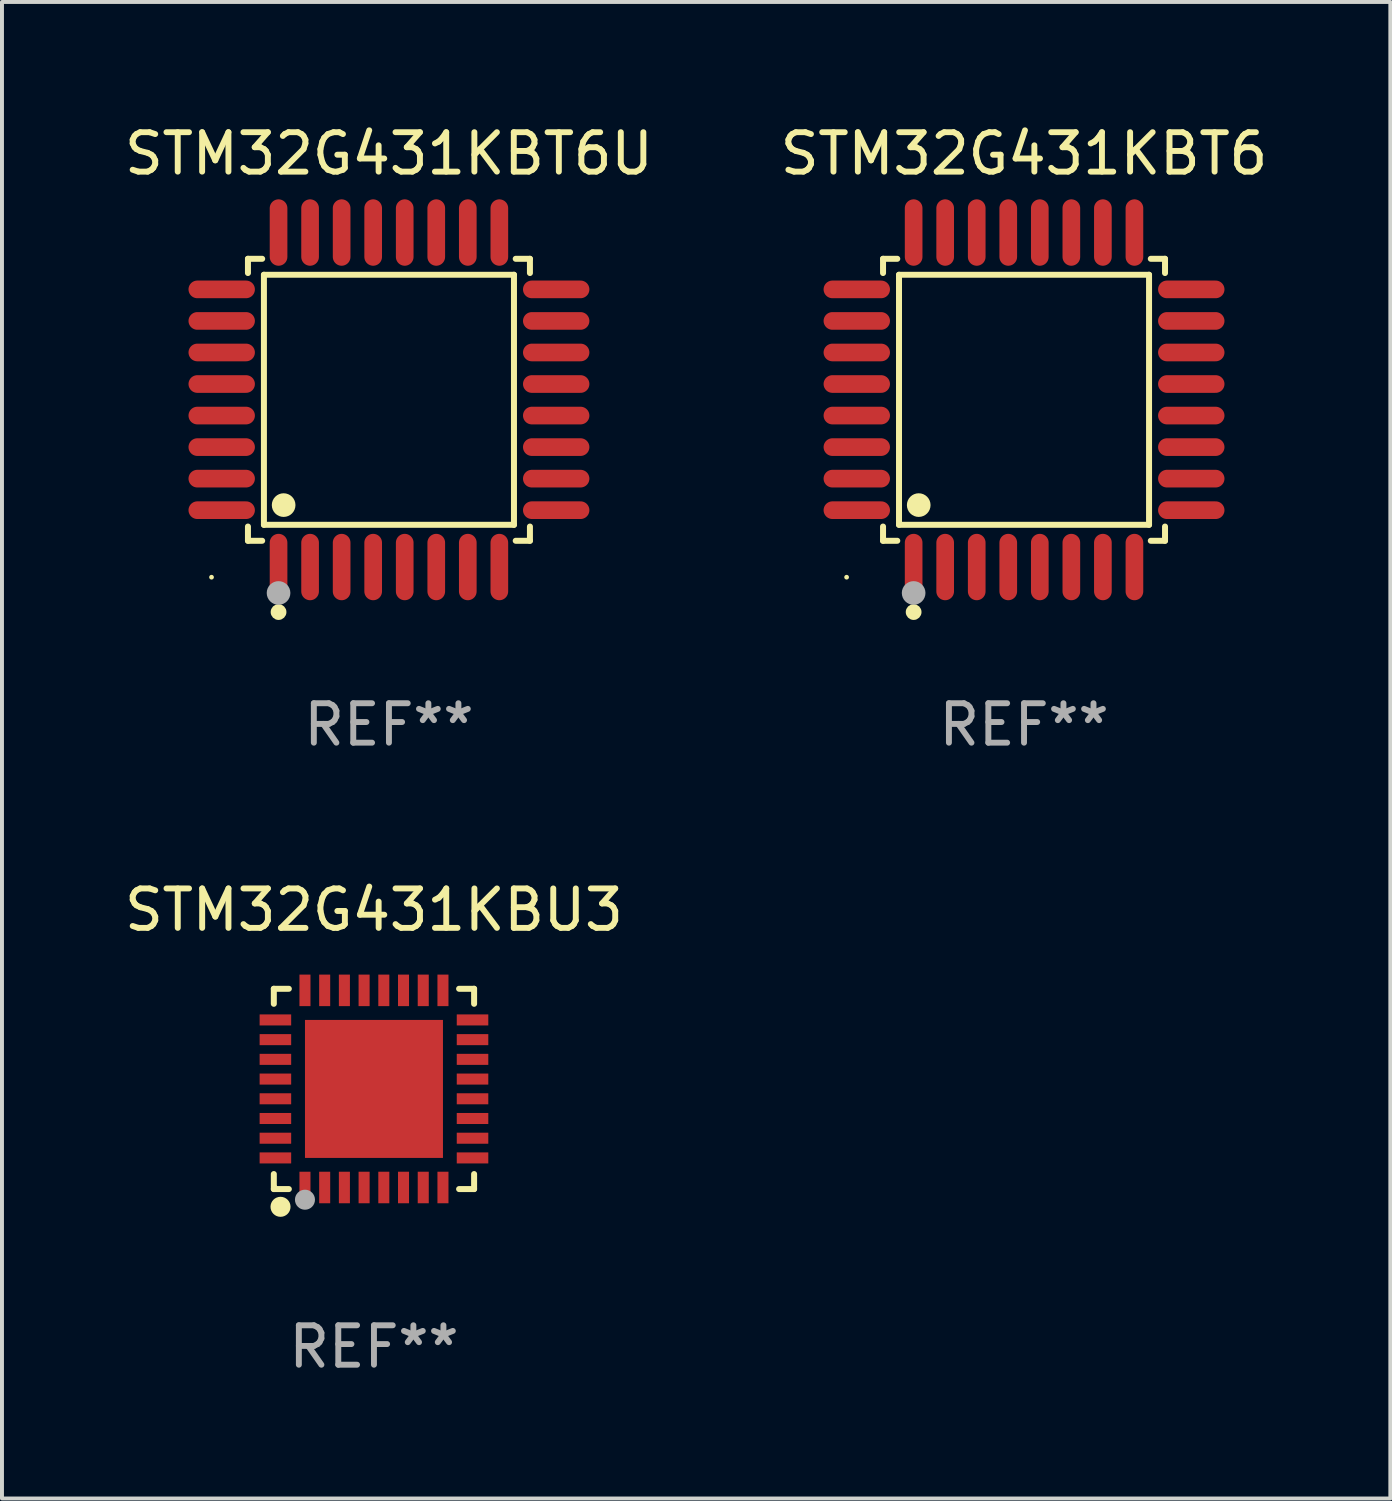
<source format=kicad_pcb>
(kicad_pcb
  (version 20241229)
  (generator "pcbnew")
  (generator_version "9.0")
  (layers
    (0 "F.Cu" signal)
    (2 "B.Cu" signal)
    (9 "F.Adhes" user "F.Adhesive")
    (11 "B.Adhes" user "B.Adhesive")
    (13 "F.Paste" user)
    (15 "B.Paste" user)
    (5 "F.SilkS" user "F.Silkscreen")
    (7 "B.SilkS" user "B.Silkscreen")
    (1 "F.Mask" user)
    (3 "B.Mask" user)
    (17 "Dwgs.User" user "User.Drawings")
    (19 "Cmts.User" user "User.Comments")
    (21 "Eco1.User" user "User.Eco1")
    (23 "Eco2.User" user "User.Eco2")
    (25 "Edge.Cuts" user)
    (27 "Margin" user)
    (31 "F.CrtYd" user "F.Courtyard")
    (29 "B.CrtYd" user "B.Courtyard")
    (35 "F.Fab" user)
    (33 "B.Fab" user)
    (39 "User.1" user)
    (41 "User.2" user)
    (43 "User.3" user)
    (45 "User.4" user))
  (footprint "STM32G431KBU3"
    (layer "F.Cu")
    (at 6.435 24.569)
    (property "Reference" "STM32G431KBU3" (at 0 -4.54 0) (layer "F.SilkS") (effects (font (size 1 1) (thickness 0.15))))
    (attr through_hole)
    (fp_line (start -2.54 -2.54) (end -2.159 -2.54) (stroke (width 0.152) (type solid)) (layer "F.SilkS"))
    (fp_line (start -2.54 -2.159) (end -2.54 -2.54) (stroke (width 0.152) (type solid)) (layer "F.SilkS"))
    (fp_line (start -2.54 2.54) (end -2.54 2.159) (stroke (width 0.152) (type solid)) (layer "F.SilkS"))
    (fp_line (start -2.159 2.54) (end -2.54 2.54) (stroke (width 0.152) (type solid)) (layer "F.SilkS"))
    (fp_line (start 2.159 -2.54) (end 2.54 -2.54) (stroke (width 0.152) (type solid)) (layer "F.SilkS"))
    (fp_line (start 2.54 -2.54) (end 2.54 -2.159) (stroke (width 0.152) (type solid)) (layer "F.SilkS"))
    (fp_line (start 2.54 2.159) (end 2.54 2.54) (stroke (width 0.152) (type solid)) (layer "F.SilkS"))
    (fp_line (start 2.54 2.54) (end 2.159 2.54) (stroke (width 0.152) (type solid)) (layer "F.SilkS"))
    (fp_circle (center -2.5 2.5) (end -2.47 2.5) (stroke (width 0.06) (type solid)) (fill no) (layer "F.SilkS"))
    (fp_circle (center -2.37 2.99) (end -2.243 2.99) (stroke (width 0.254) (type solid)) (fill no) (layer "F.SilkS"))
    (fp_circle (center -1.75 2.81) (end -1.623 2.81) (stroke (width 0.254) (type solid)) (fill no) (layer "F.Fab"))
    (fp_text user "REF**" (at 0 6.54 0) (layer "F.Fab") (effects (font (size 1 1) (thickness 0.15))))
    (pad "1" smd rect (at -1.75 2.5) (size 0.28 0.8) (layers "F.Cu" "F.Mask" "F.Paste"))
    (pad "2" smd rect (at -1.25 2.5) (size 0.28 0.8) (layers "F.Cu" "F.Mask" "F.Paste"))
    (pad "3" smd rect (at -0.75 2.5) (size 0.28 0.8) (layers "F.Cu" "F.Mask" "F.Paste"))
    (pad "4" smd rect (at -0.25 2.5) (size 0.28 0.8) (layers "F.Cu" "F.Mask" "F.Paste"))
    (pad "5" smd rect (at 0.25 2.5) (size 0.28 0.8) (layers "F.Cu" "F.Mask" "F.Paste"))
    (pad "6" smd rect (at 0.75 2.5) (size 0.28 0.8) (layers "F.Cu" "F.Mask" "F.Paste"))
    (pad "7" smd rect (at 1.25 2.5) (size 0.28 0.8) (layers "F.Cu" "F.Mask" "F.Paste"))
    (pad "8" smd rect (at 1.75 2.5) (size 0.28 0.8) (layers "F.Cu" "F.Mask" "F.Paste"))
    (pad "9" smd rect (at 2.5 1.75) (size 0.8 0.28) (layers "F.Cu" "F.Mask" "F.Paste"))
    (pad "10" smd rect (at 2.5 1.25) (size 0.8 0.28) (layers "F.Cu" "F.Mask" "F.Paste"))
    (pad "11" smd rect (at 2.5 0.75) (size 0.8 0.28) (layers "F.Cu" "F.Mask" "F.Paste"))
    (pad "12" smd rect (at 2.5 0.25) (size 0.8 0.28) (layers "F.Cu" "F.Mask" "F.Paste"))
    (pad "13" smd rect (at 2.5 -0.25) (size 0.8 0.28) (layers "F.Cu" "F.Mask" "F.Paste"))
    (pad "14" smd rect (at 2.5 -0.75) (size 0.8 0.28) (layers "F.Cu" "F.Mask" "F.Paste"))
    (pad "15" smd rect (at 2.5 -1.25) (size 0.8 0.28) (layers "F.Cu" "F.Mask" "F.Paste"))
    (pad "16" smd rect (at 2.5 -1.75) (size 0.8 0.28) (layers "F.Cu" "F.Mask" "F.Paste"))
    (pad "17" smd rect (at 1.75 -2.5) (size 0.28 0.8) (layers "F.Cu" "F.Mask" "F.Paste"))
    (pad "18" smd rect (at 1.25 -2.5) (size 0.28 0.8) (layers "F.Cu" "F.Mask" "F.Paste"))
    (pad "19" smd rect (at 0.75 -2.5) (size 0.28 0.8) (layers "F.Cu" "F.Mask" "F.Paste"))
    (pad "20" smd rect (at 0.25 -2.5) (size 0.28 0.8) (layers "F.Cu" "F.Mask" "F.Paste"))
    (pad "21" smd rect (at -0.25 -2.5) (size 0.28 0.8) (layers "F.Cu" "F.Mask" "F.Paste"))
    (pad "22" smd rect (at -0.75 -2.5) (size 0.28 0.8) (layers "F.Cu" "F.Mask" "F.Paste"))
    (pad "23" smd rect (at -1.25 -2.5) (size 0.28 0.8) (layers "F.Cu" "F.Mask" "F.Paste"))
    (pad "24" smd rect (at -1.75 -2.5) (size 0.28 0.8) (layers "F.Cu" "F.Mask" "F.Paste"))
    (pad "25" smd rect (at -2.5 -1.75) (size 0.8 0.28) (layers "F.Cu" "F.Mask" "F.Paste"))
    (pad "26" smd rect (at -2.5 -1.25) (size 0.8 0.28) (layers "F.Cu" "F.Mask" "F.Paste"))
    (pad "27" smd rect (at -2.5 -0.75) (size 0.8 0.28) (layers "F.Cu" "F.Mask" "F.Paste"))
    (pad "28" smd rect (at -2.5 -0.25) (size 0.8 0.28) (layers "F.Cu" "F.Mask" "F.Paste"))
    (pad "29" smd rect (at -2.5 0.25) (size 0.8 0.28) (layers "F.Cu" "F.Mask" "F.Paste"))
    (pad "30" smd rect (at -2.5 0.75) (size 0.8 0.28) (layers "F.Cu" "F.Mask" "F.Paste"))
    (pad "31" smd rect (at -2.5 1.25) (size 0.8 0.28) (layers "F.Cu" "F.Mask" "F.Paste"))
    (pad "32" smd rect (at -2.5 1.75) (size 0.8 0.28) (layers "F.Cu" "F.Mask" "F.Paste"))
    (pad "33" smd rect (at 0.000127 0.000127) (size 3.5 3.5) (layers "F.Cu" "F.Mask" "F.Paste")))
  (footprint "STM32G431KBT6U"
    (layer "F.Cu")
    (at 6.815 7.09)
    (property "Reference" "STM32G431KBT6U" (at 0 -6.242 0) (layer "F.SilkS") (effects (font (size 1 1) (thickness 0.15))))
    (attr through_hole)
    (fp_line (start -3.576 -3.576) (end -3.215 -3.576) (stroke (width 0.152) (type solid)) (layer "F.SilkS"))
    (fp_line (start -3.576 -3.215) (end -3.576 -3.576) (stroke (width 0.152) (type solid)) (layer "F.SilkS"))
    (fp_line (start -3.576 3.215) (end -3.576 3.576) (stroke (width 0.152) (type solid)) (layer "F.SilkS"))
    (fp_line (start -3.576 3.576) (end -3.215 3.576) (stroke (width 0.152) (type solid)) (layer "F.SilkS"))
    (fp_line (start -3.171 -3.171) (end 3.171 -3.171) (stroke (width 0.152) (type solid)) (layer "F.SilkS"))
    (fp_line (start -3.171 3.171) (end -3.171 -3.171) (stroke (width 0.152) (type solid)) (layer "F.SilkS"))
    (fp_line (start 3.171 -3.171) (end 3.171 3.171) (stroke (width 0.152) (type solid)) (layer "F.SilkS"))
    (fp_line (start 3.171 3.171) (end -3.171 3.171) (stroke (width 0.152) (type solid)) (layer "F.SilkS"))
    (fp_line (start 3.576 -3.576) (end 3.215 -3.576) (stroke (width 0.152) (type solid)) (layer "F.SilkS"))
    (fp_line (start 3.576 -3.215) (end 3.576 -3.576) (stroke (width 0.152) (type solid)) (layer "F.SilkS"))
    (fp_line (start 3.576 3.215) (end 3.576 3.576) (stroke (width 0.152) (type solid)) (layer "F.SilkS"))
    (fp_line (start 3.576 3.576) (end 3.215 3.576) (stroke (width 0.152) (type solid)) (layer "F.SilkS"))
    (fp_circle (center -4.5 4.5) (end -4.47 4.5) (stroke (width 0.06) (type solid)) (fill no) (layer "F.SilkS"))
    (fp_circle (center -2.8 5.384) (end -2.7 5.384) (stroke (width 0.2) (type solid)) (fill no) (layer "F.SilkS"))
    (fp_circle (center -2.671 2.671) (end -2.521 2.671) (stroke (width 0.3) (type solid)) (fill no) (layer "F.SilkS"))
    (fp_circle (center -2.8 4.9) (end -2.65 4.9) (stroke (width 0.3) (type solid)) (fill no) (layer "F.Fab"))
    (fp_text user "REF**" (at 0 8.242 0) (layer "F.Fab") (effects (font (size 1 1) (thickness 0.15))))
    (pad "1" smd oval (at -2.8 4.242) (size 0.448 1.684) (layers "F.Cu" "F.Mask" "F.Paste"))
    (pad "2" smd oval (at -2 4.242) (size 0.448 1.684) (layers "F.Cu" "F.Mask" "F.Paste"))
    (pad "3" smd oval (at -1.2 4.242) (size 0.448 1.684) (layers "F.Cu" "F.Mask" "F.Paste"))
    (pad "4" smd oval (at -0.4 4.242) (size 0.448 1.684) (layers "F.Cu" "F.Mask" "F.Paste"))
    (pad "5" smd oval (at 0.4 4.242) (size 0.448 1.684) (layers "F.Cu" "F.Mask" "F.Paste"))
    (pad "6" smd oval (at 1.2 4.242) (size 0.448 1.684) (layers "F.Cu" "F.Mask" "F.Paste"))
    (pad "7" smd oval (at 2 4.242) (size 0.448 1.684) (layers "F.Cu" "F.Mask" "F.Paste"))
    (pad "8" smd oval (at 2.8 4.242) (size 0.448 1.684) (layers "F.Cu" "F.Mask" "F.Paste"))
    (pad "9" smd oval (at 4.242 2.8) (size 1.684 0.448) (layers "F.Cu" "F.Mask" "F.Paste"))
    (pad "10" smd oval (at 4.242 2) (size 1.684 0.448) (layers "F.Cu" "F.Mask" "F.Paste"))
    (pad "11" smd oval (at 4.242 1.2) (size 1.684 0.448) (layers "F.Cu" "F.Mask" "F.Paste"))
    (pad "12" smd oval (at 4.242 0.4) (size 1.684 0.448) (layers "F.Cu" "F.Mask" "F.Paste"))
    (pad "13" smd oval (at 4.242 -0.4) (size 1.684 0.448) (layers "F.Cu" "F.Mask" "F.Paste"))
    (pad "14" smd oval (at 4.242 -1.2) (size 1.684 0.448) (layers "F.Cu" "F.Mask" "F.Paste"))
    (pad "15" smd oval (at 4.242 -2) (size 1.684 0.448) (layers "F.Cu" "F.Mask" "F.Paste"))
    (pad "16" smd oval (at 4.242 -2.8) (size 1.684 0.448) (layers "F.Cu" "F.Mask" "F.Paste"))
    (pad "17" smd oval (at 2.8 -4.242) (size 0.448 1.684) (layers "F.Cu" "F.Mask" "F.Paste"))
    (pad "18" smd oval (at 2 -4.242) (size 0.448 1.684) (layers "F.Cu" "F.Mask" "F.Paste"))
    (pad "19" smd oval (at 1.2 -4.242) (size 0.448 1.684) (layers "F.Cu" "F.Mask" "F.Paste"))
    (pad "20" smd oval (at 0.4 -4.242) (size 0.448 1.684) (layers "F.Cu" "F.Mask" "F.Paste"))
    (pad "21" smd oval (at -0.4 -4.242) (size 0.448 1.684) (layers "F.Cu" "F.Mask" "F.Paste"))
    (pad "22" smd oval (at -1.2 -4.242) (size 0.448 1.684) (layers "F.Cu" "F.Mask" "F.Paste"))
    (pad "23" smd oval (at -2 -4.242) (size 0.448 1.684) (layers "F.Cu" "F.Mask" "F.Paste"))
    (pad "24" smd oval (at -2.8 -4.242) (size 0.448 1.684) (layers "F.Cu" "F.Mask" "F.Paste"))
    (pad "25" smd oval (at -4.242 -2.8) (size 1.684 0.448) (layers "F.Cu" "F.Mask" "F.Paste"))
    (pad "26" smd oval (at -4.242 -2) (size 1.684 0.448) (layers "F.Cu" "F.Mask" "F.Paste"))
    (pad "27" smd oval (at -4.242 -1.2) (size 1.684 0.448) (layers "F.Cu" "F.Mask" "F.Paste"))
    (pad "28" smd oval (at -4.242 -0.4) (size 1.684 0.448) (layers "F.Cu" "F.Mask" "F.Paste"))
    (pad "29" smd oval (at -4.242 0.4) (size 1.684 0.448) (layers "F.Cu" "F.Mask" "F.Paste"))
    (pad "30" smd oval (at -4.242 1.2) (size 1.684 0.448) (layers "F.Cu" "F.Mask" "F.Paste"))
    (pad "31" smd oval (at -4.242 2) (size 1.684 0.448) (layers "F.Cu" "F.Mask" "F.Paste"))
    (pad "32" smd oval (at -4.242 2.8) (size 1.684 0.448) (layers "F.Cu" "F.Mask" "F.Paste")))
  (footprint "STM32G431KBT6"
    (layer "F.Cu")
    (at 22.923 7.09)
    (property "Reference" "STM32G431KBT6" (at 0 -6.242 0) (layer "F.SilkS") (effects (font (size 1 1) (thickness 0.15))))
    (attr through_hole)
    (fp_line (start -3.576 -3.576) (end -3.215 -3.576) (stroke (width 0.152) (type solid)) (layer "F.SilkS"))
    (fp_line (start -3.576 -3.215) (end -3.576 -3.576) (stroke (width 0.152) (type solid)) (layer "F.SilkS"))
    (fp_line (start -3.576 3.215) (end -3.576 3.576) (stroke (width 0.152) (type solid)) (layer "F.SilkS"))
    (fp_line (start -3.576 3.576) (end -3.215 3.576) (stroke (width 0.152) (type solid)) (layer "F.SilkS"))
    (fp_line (start -3.171 -3.171) (end 3.171 -3.171) (stroke (width 0.152) (type solid)) (layer "F.SilkS"))
    (fp_line (start -3.171 3.171) (end -3.171 -3.171) (stroke (width 0.152) (type solid)) (layer "F.SilkS"))
    (fp_line (start 3.171 -3.171) (end 3.171 3.171) (stroke (width 0.152) (type solid)) (layer "F.SilkS"))
    (fp_line (start 3.171 3.171) (end -3.171 3.171) (stroke (width 0.152) (type solid)) (layer "F.SilkS"))
    (fp_line (start 3.576 -3.576) (end 3.215 -3.576) (stroke (width 0.152) (type solid)) (layer "F.SilkS"))
    (fp_line (start 3.576 -3.215) (end 3.576 -3.576) (stroke (width 0.152) (type solid)) (layer "F.SilkS"))
    (fp_line (start 3.576 3.215) (end 3.576 3.576) (stroke (width 0.152) (type solid)) (layer "F.SilkS"))
    (fp_line (start 3.576 3.576) (end 3.215 3.576) (stroke (width 0.152) (type solid)) (layer "F.SilkS"))
    (fp_circle (center -4.5 4.5) (end -4.47 4.5) (stroke (width 0.06) (type solid)) (fill no) (layer "F.SilkS"))
    (fp_circle (center -2.8 5.384) (end -2.7 5.384) (stroke (width 0.2) (type solid)) (fill no) (layer "F.SilkS"))
    (fp_circle (center -2.671 2.671) (end -2.521 2.671) (stroke (width 0.3) (type solid)) (fill no) (layer "F.SilkS"))
    (fp_circle (center -2.8 4.9) (end -2.65 4.9) (stroke (width 0.3) (type solid)) (fill no) (layer "F.Fab"))
    (fp_text user "REF**" (at 0 8.242 0) (layer "F.Fab") (effects (font (size 1 1) (thickness 0.15))))
    (pad "1" smd oval (at -2.8 4.242) (size 0.448 1.684) (layers "F.Cu" "F.Mask" "F.Paste"))
    (pad "2" smd oval (at -2 4.242) (size 0.448 1.684) (layers "F.Cu" "F.Mask" "F.Paste"))
    (pad "3" smd oval (at -1.2 4.242) (size 0.448 1.684) (layers "F.Cu" "F.Mask" "F.Paste"))
    (pad "4" smd oval (at -0.4 4.242) (size 0.448 1.684) (layers "F.Cu" "F.Mask" "F.Paste"))
    (pad "5" smd oval (at 0.4 4.242) (size 0.448 1.684) (layers "F.Cu" "F.Mask" "F.Paste"))
    (pad "6" smd oval (at 1.2 4.242) (size 0.448 1.684) (layers "F.Cu" "F.Mask" "F.Paste"))
    (pad "7" smd oval (at 2 4.242) (size 0.448 1.684) (layers "F.Cu" "F.Mask" "F.Paste"))
    (pad "8" smd oval (at 2.8 4.242) (size 0.448 1.684) (layers "F.Cu" "F.Mask" "F.Paste"))
    (pad "9" smd oval (at 4.242 2.8) (size 1.684 0.448) (layers "F.Cu" "F.Mask" "F.Paste"))
    (pad "10" smd oval (at 4.242 2) (size 1.684 0.448) (layers "F.Cu" "F.Mask" "F.Paste"))
    (pad "11" smd oval (at 4.242 1.2) (size 1.684 0.448) (layers "F.Cu" "F.Mask" "F.Paste"))
    (pad "12" smd oval (at 4.242 0.4) (size 1.684 0.448) (layers "F.Cu" "F.Mask" "F.Paste"))
    (pad "13" smd oval (at 4.242 -0.4) (size 1.684 0.448) (layers "F.Cu" "F.Mask" "F.Paste"))
    (pad "14" smd oval (at 4.242 -1.2) (size 1.684 0.448) (layers "F.Cu" "F.Mask" "F.Paste"))
    (pad "15" smd oval (at 4.242 -2) (size 1.684 0.448) (layers "F.Cu" "F.Mask" "F.Paste"))
    (pad "16" smd oval (at 4.242 -2.8) (size 1.684 0.448) (layers "F.Cu" "F.Mask" "F.Paste"))
    (pad "17" smd oval (at 2.8 -4.242) (size 0.448 1.684) (layers "F.Cu" "F.Mask" "F.Paste"))
    (pad "18" smd oval (at 2 -4.242) (size 0.448 1.684) (layers "F.Cu" "F.Mask" "F.Paste"))
    (pad "19" smd oval (at 1.2 -4.242) (size 0.448 1.684) (layers "F.Cu" "F.Mask" "F.Paste"))
    (pad "20" smd oval (at 0.4 -4.242) (size 0.448 1.684) (layers "F.Cu" "F.Mask" "F.Paste"))
    (pad "21" smd oval (at -0.4 -4.242) (size 0.448 1.684) (layers "F.Cu" "F.Mask" "F.Paste"))
    (pad "22" smd oval (at -1.2 -4.242) (size 0.448 1.684) (layers "F.Cu" "F.Mask" "F.Paste"))
    (pad "23" smd oval (at -2 -4.242) (size 0.448 1.684) (layers "F.Cu" "F.Mask" "F.Paste"))
    (pad "24" smd oval (at -2.8 -4.242) (size 0.448 1.684) (layers "F.Cu" "F.Mask" "F.Paste"))
    (pad "25" smd oval (at -4.242 -2.8) (size 1.684 0.448) (layers "F.Cu" "F.Mask" "F.Paste"))
    (pad "26" smd oval (at -4.242 -2) (size 1.684 0.448) (layers "F.Cu" "F.Mask" "F.Paste"))
    (pad "27" smd oval (at -4.242 -1.2) (size 1.684 0.448) (layers "F.Cu" "F.Mask" "F.Paste"))
    (pad "28" smd oval (at -4.242 -0.4) (size 1.684 0.448) (layers "F.Cu" "F.Mask" "F.Paste"))
    (pad "29" smd oval (at -4.242 0.4) (size 1.684 0.448) (layers "F.Cu" "F.Mask" "F.Paste"))
    (pad "30" smd oval (at -4.242 1.2) (size 1.684 0.448) (layers "F.Cu" "F.Mask" "F.Paste"))
    (pad "31" smd oval (at -4.242 2) (size 1.684 0.448) (layers "F.Cu" "F.Mask" "F.Paste"))
    (pad "32" smd oval (at -4.242 2.8) (size 1.684 0.448) (layers "F.Cu" "F.Mask" "F.Paste")))
  (gr_rect
    (start -3 -3)
    (end 32.214 34.957)
    (stroke (width 0.1) (type default))
    (fill no)
    (layer "Edge.Cuts")))
</source>
